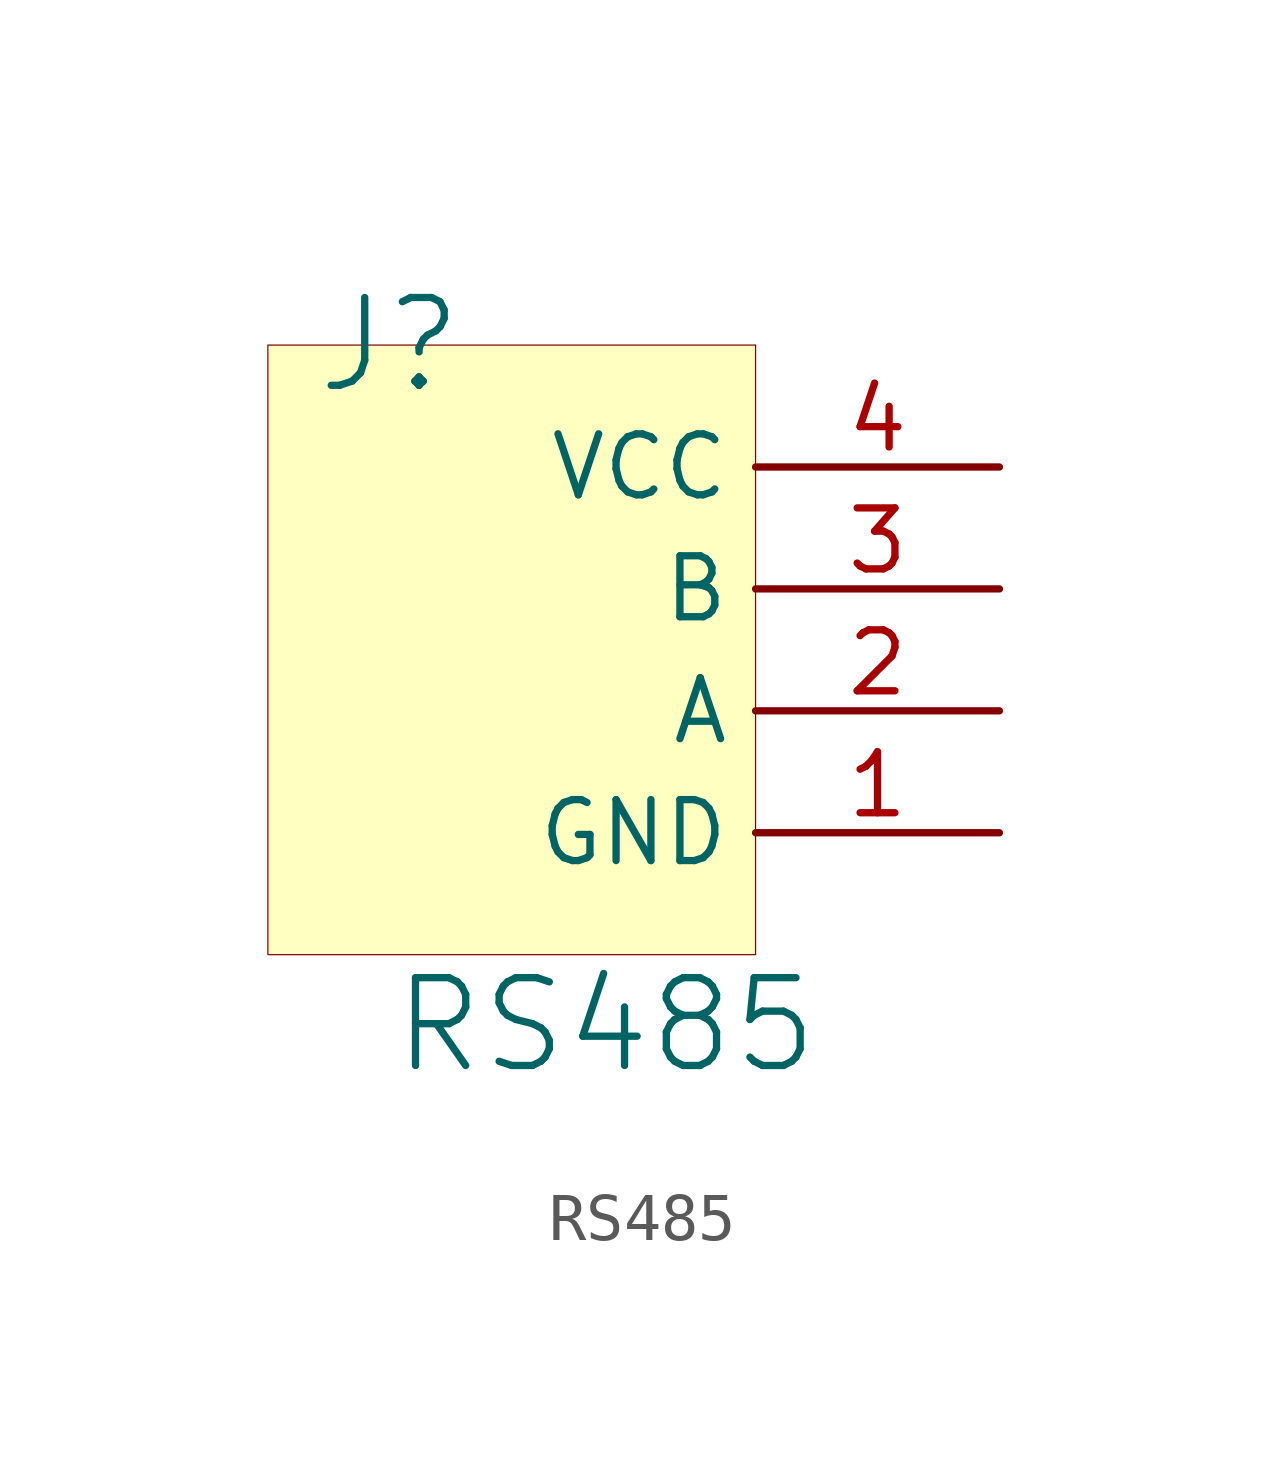
<source format=kicad_sym>
(kicad_symbol_lib
  (version 20241209)
  (generator "kicad_symbol_editor")
  (generator_version "9.0")
  (symbol "RS485"
    (property "Reference" "J"
      (at 0 0 0)
      (effects (font (size 1.829 1.829))))
    (property "Value" "RS485"
      (at 0 -15.24 0)
      (effects (font (size 1.829 1.829)) (justify left bottom)))
    (symbol "RS485_1_0"
      (rectangle (start 7.62 0) (end -2.54 -12.7) (stroke (width 0.025) (type solid) (color 128 0 0 1)) (fill (type background)))
      (pin passive line (at 12.7 -2.54 180) (length 5.08) (name "VCC" (effects (font (size 1.27 1.27)))) (number "4" (effects (font (size 1.27 1.27)))))
      (pin passive line (at 12.7 -5.08 180) (length 5.08) (name "B" (effects (font (size 1.27 1.27)))) (number "3" (effects (font (size 1.27 1.27)))))
      (pin passive line (at 12.7 -7.62 180) (length 5.08) (name "A" (effects (font (size 1.27 1.27)))) (number "2" (effects (font (size 1.27 1.27)))))
      (pin passive line (at 12.7 -10.16 180) (length 5.08) (name "GND" (effects (font (size 1.27 1.27)))) (number "1" (effects (font (size 1.27 1.27))))))))
</source>
